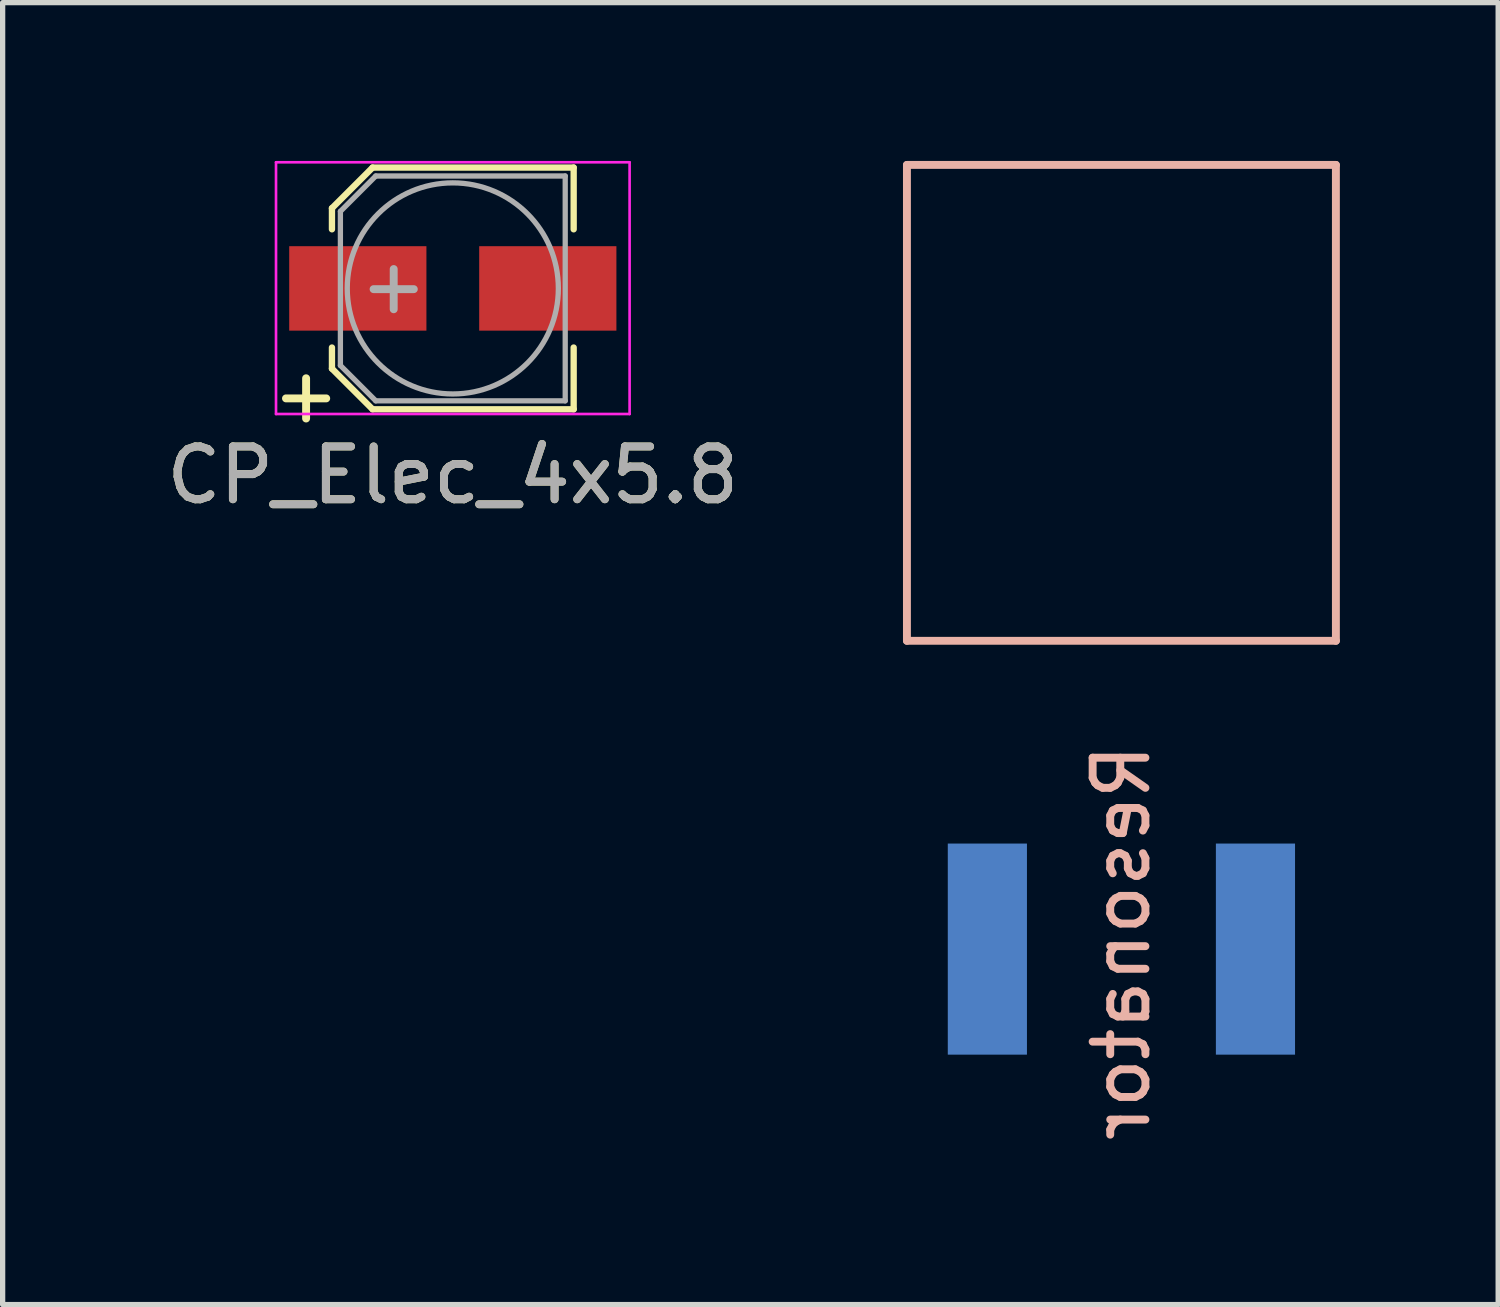
<source format=kicad_pcb>
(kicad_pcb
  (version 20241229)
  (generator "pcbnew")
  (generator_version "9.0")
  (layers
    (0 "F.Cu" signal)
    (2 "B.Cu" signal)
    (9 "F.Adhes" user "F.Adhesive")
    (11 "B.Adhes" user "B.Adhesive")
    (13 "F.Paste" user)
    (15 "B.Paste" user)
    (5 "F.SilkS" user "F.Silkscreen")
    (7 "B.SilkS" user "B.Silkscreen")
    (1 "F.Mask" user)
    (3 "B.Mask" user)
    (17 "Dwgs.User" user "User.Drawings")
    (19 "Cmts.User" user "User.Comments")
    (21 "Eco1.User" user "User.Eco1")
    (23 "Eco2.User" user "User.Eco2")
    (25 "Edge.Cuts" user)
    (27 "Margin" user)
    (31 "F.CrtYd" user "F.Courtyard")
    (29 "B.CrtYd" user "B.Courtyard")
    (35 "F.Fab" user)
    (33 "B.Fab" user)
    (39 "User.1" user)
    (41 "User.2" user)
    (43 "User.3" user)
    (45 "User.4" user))
  (footprint "CP_Elec_4x5.8"
    (layer "F.Cu")
    (at 5.53 2.415)
    (property "Reference" "CP_Elec_4x5.8" (at 0 3.54 0) (layer "F.SilkS") (effects (font (size 1 1) (thickness 0.15))))
    (attr smd)
    (fp_line (start -2.29 -1.52) (end -2.29 -1.12) (stroke (width 0.12) (type solid)) (layer "F.SilkS"))
    (fp_line (start -2.29 1.52) (end -2.29 1.12) (stroke (width 0.12) (type solid)) (layer "F.SilkS"))
    (fp_line (start -1.52 -2.29) (end -2.29 -1.52) (stroke (width 0.12) (type solid)) (layer "F.SilkS"))
    (fp_line (start -1.52 -2.29) (end 2.29 -2.29) (stroke (width 0.12) (type solid)) (layer "F.SilkS"))
    (fp_line (start -1.52 2.29) (end -2.29 1.52) (stroke (width 0.12) (type solid)) (layer "F.SilkS"))
    (fp_line (start -1.52 2.29) (end 2.29 2.29) (stroke (width 0.12) (type solid)) (layer "F.SilkS"))
    (fp_line (start 2.29 -2.29) (end 2.29 -1.12) (stroke (width 0.12) (type solid)) (layer "F.SilkS"))
    (fp_line (start 2.29 2.29) (end 2.29 1.12) (stroke (width 0.12) (type solid)) (layer "F.SilkS"))
    (fp_line (start -3.35 -2.39) (end -3.35 2.38) (stroke (width 0.05) (type solid)) (layer "F.CrtYd"))
    (fp_line (start -3.35 -2.39) (end 3.35 -2.39) (stroke (width 0.05) (type solid)) (layer "F.CrtYd"))
    (fp_line (start 3.35 2.38) (end -3.35 2.38) (stroke (width 0.05) (type solid)) (layer "F.CrtYd"))
    (fp_line (start 3.35 2.38) (end 3.35 -2.39) (stroke (width 0.05) (type solid)) (layer "F.CrtYd"))
    (fp_line (start -2.13 -1.46) (end -2.13 1.46) (stroke (width 0.1) (type solid)) (layer "F.Fab"))
    (fp_line (start -2.13 1.46) (end -1.46 2.13) (stroke (width 0.1) (type solid)) (layer "F.Fab"))
    (fp_line (start -1.46 -2.13) (end -2.13 -1.46) (stroke (width 0.1) (type solid)) (layer "F.Fab"))
    (fp_line (start -1.46 2.13) (end 2.13 2.13) (stroke (width 0.1) (type solid)) (layer "F.Fab"))
    (fp_line (start 2.13 -2.13) (end -1.46 -2.13) (stroke (width 0.1) (type solid)) (layer "F.Fab"))
    (fp_line (start 2.13 2.13) (end 2.13 -2.13) (stroke (width 0.1) (type solid)) (layer "F.Fab"))
    (fp_circle (center 0 0) (end 0 2) (stroke (width 0.1) (type solid)) (fill no) (layer "F.Fab"))
    (fp_text user "+" (at -2.78 2.01 0) (layer "F.SilkS") (effects (font (size 1 1) (thickness 0.15))))
    (fp_text user "+" (at -1.12 -0.06 0) (layer "F.Fab") (effects (font (size 1 1) (thickness 0.15))))
    (fp_text user "${REFERENCE}" (at 0 3.54 0) (layer "F.Fab") (effects (font (size 1 1) (thickness 0.15))))
    (pad "1" smd rect (at -1.8 0 180) (size 2.6 1.6) (layers "F.Cu" "F.Mask" "F.Paste"))
    (pad "2" smd rect (at 1.8 0 180) (size 2.6 1.6) (layers "F.Cu" "F.Mask" "F.Paste")))
  (footprint "Resonator"
    (layer "F.Cu")
    (at 18.199 9.219)
    (property "Reference" "Resonator" (at 0 5.588 270) (layer "B.SilkS") (effects (font (size 1 1) (thickness 0.15)) (justify mirror)))
    (attr through_hole)
    (fp_line (start -4.064 -9.144) (end 4.064 -9.144) (stroke (width 0.15) (type solid)) (layer "B.SilkS"))
    (fp_line (start -4.064 -0.127) (end -4.064 -9.144) (stroke (width 0.15) (type solid)) (layer "B.SilkS"))
    (fp_line (start 4.064 -9.144) (end 4.064 -0.127) (stroke (width 0.15) (type solid)) (layer "B.SilkS"))
    (fp_line (start 4.064 -0.127) (end -4.064 -0.127) (stroke (width 0.15) (type solid)) (layer "B.SilkS"))
    (pad "1" smd rect (at -2.54 5.715) (size 1.5 4) (layers "B.Cu" "B.Mask" "B.Paste"))
    (pad "2" smd rect (at 2.54 5.715) (size 1.5 4) (layers "B.Cu" "B.Mask" "B.Paste")))
  (gr_rect
    (start -3 -3)
    (end 25.338 21.67)
    (stroke (width 0.1) (type default))
    (fill no)
    (layer "Edge.Cuts")))
</source>
